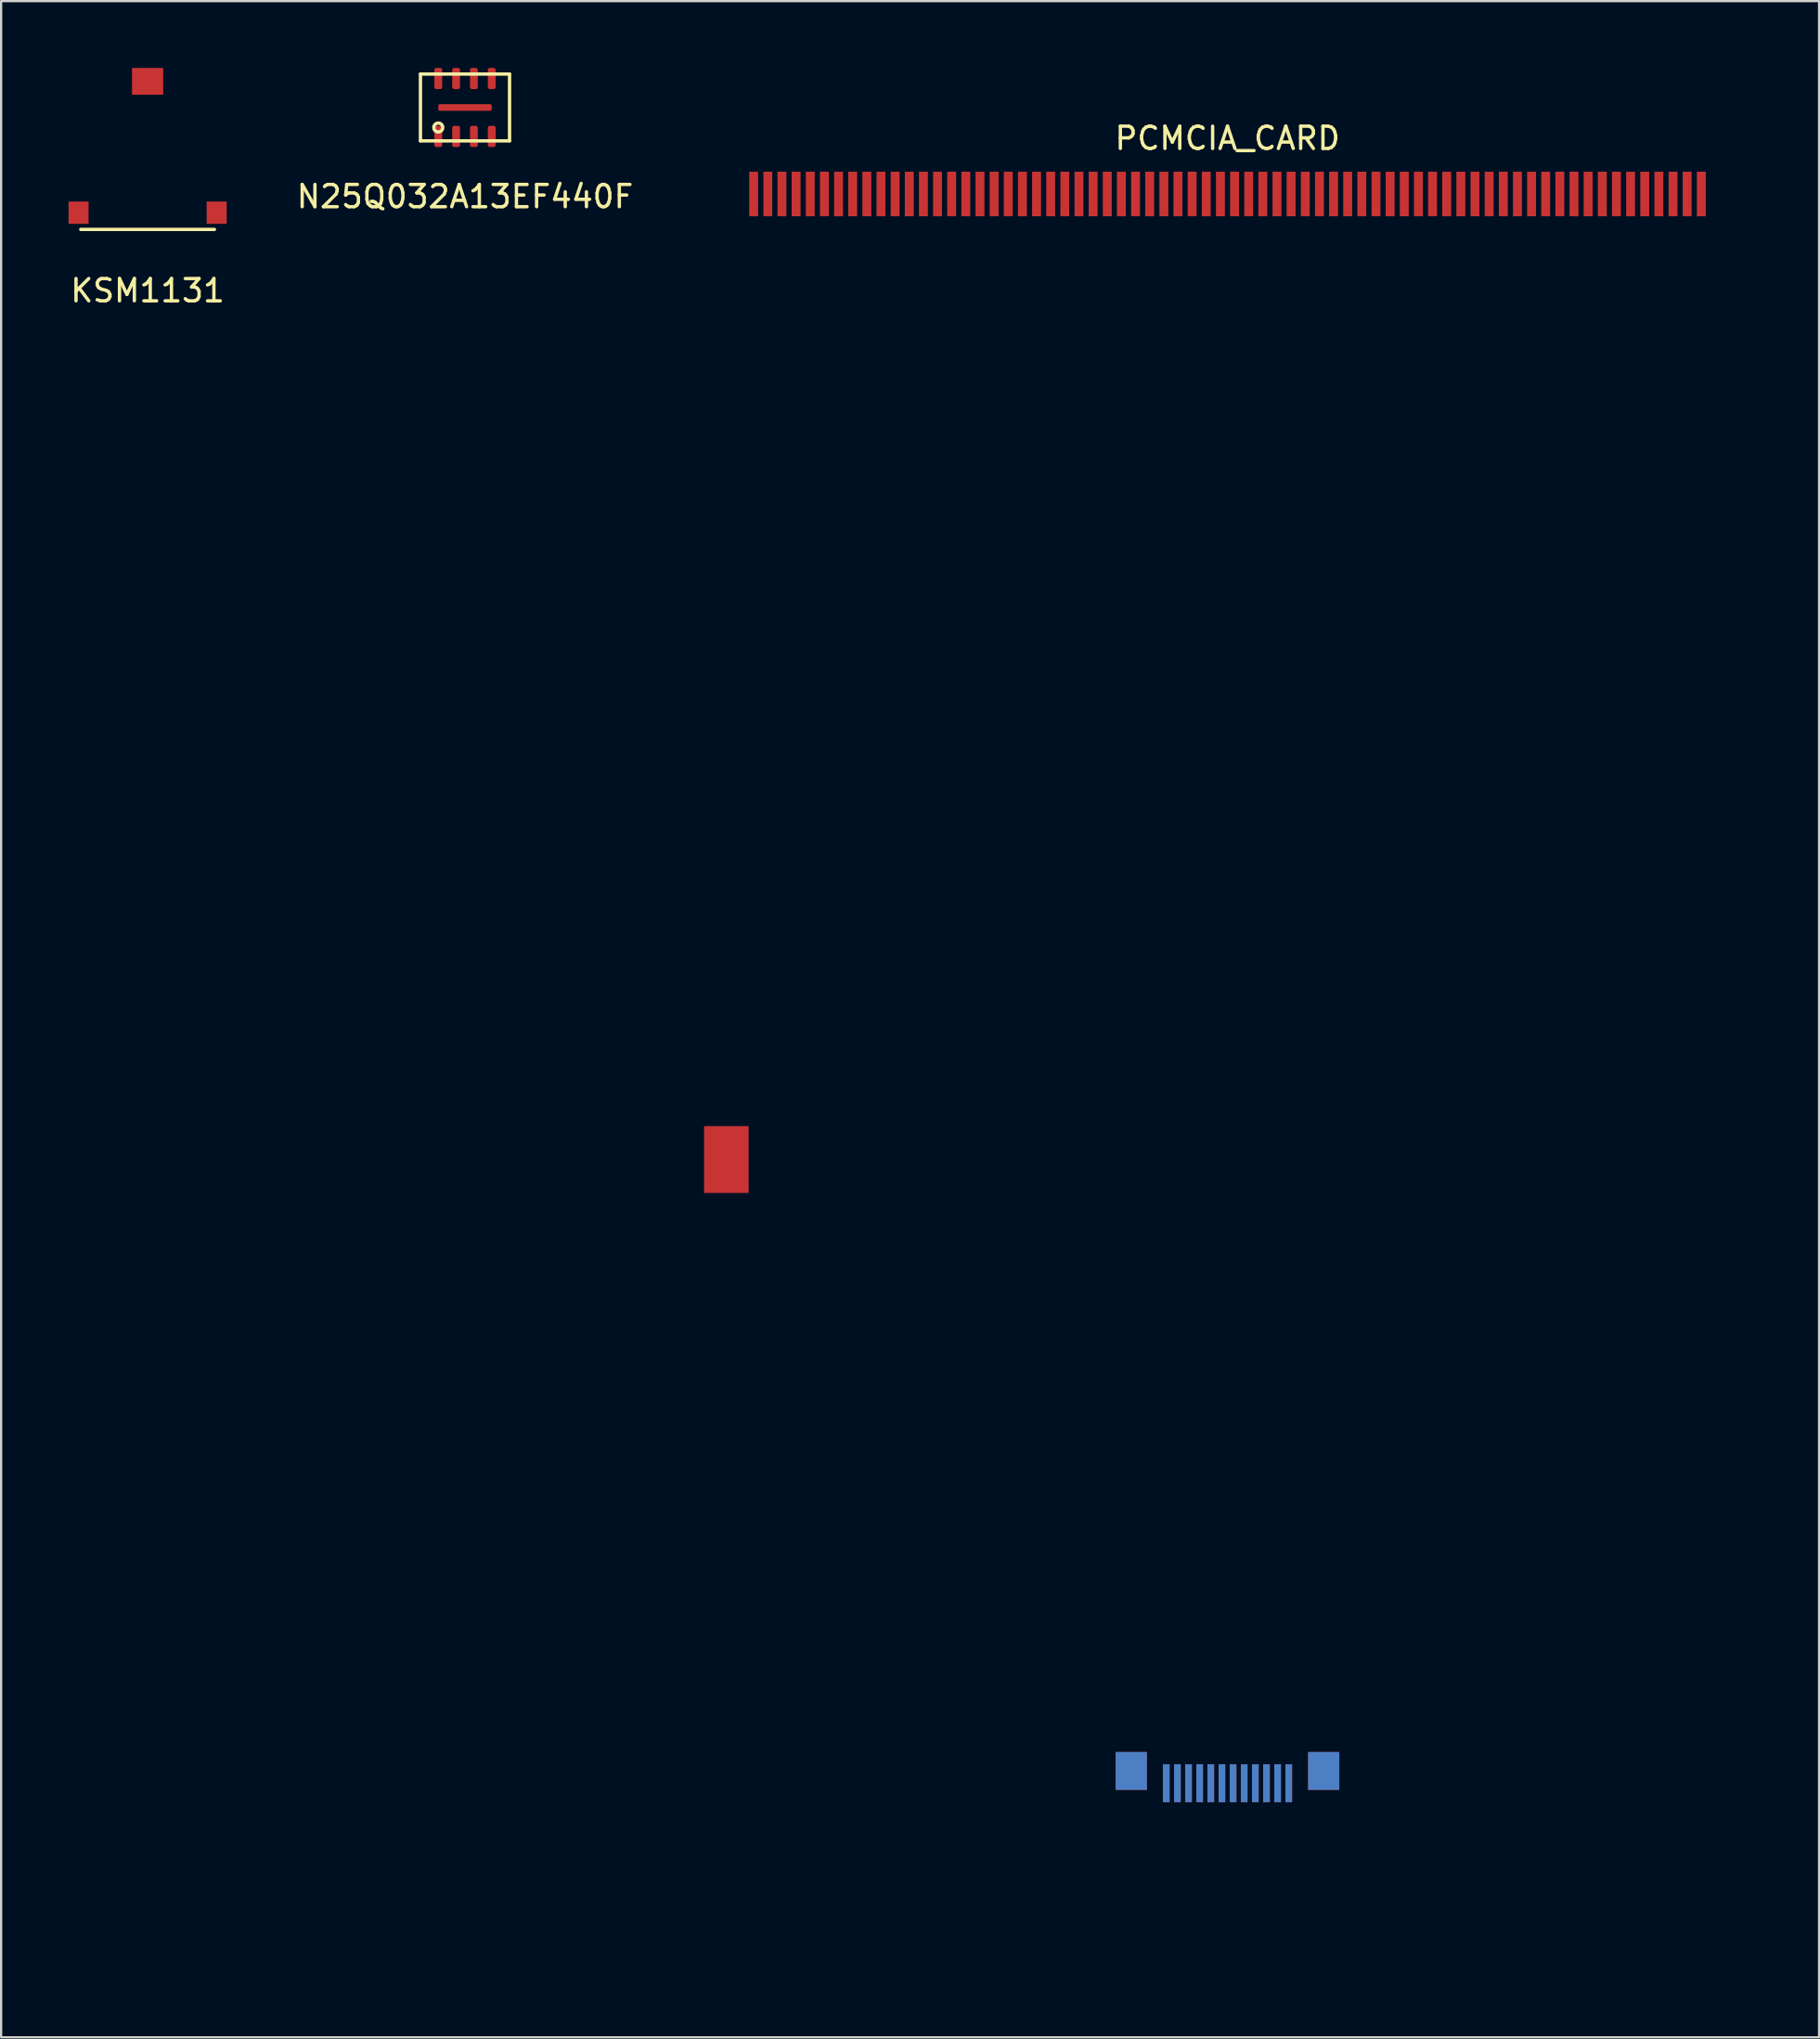
<source format=kicad_pcb>
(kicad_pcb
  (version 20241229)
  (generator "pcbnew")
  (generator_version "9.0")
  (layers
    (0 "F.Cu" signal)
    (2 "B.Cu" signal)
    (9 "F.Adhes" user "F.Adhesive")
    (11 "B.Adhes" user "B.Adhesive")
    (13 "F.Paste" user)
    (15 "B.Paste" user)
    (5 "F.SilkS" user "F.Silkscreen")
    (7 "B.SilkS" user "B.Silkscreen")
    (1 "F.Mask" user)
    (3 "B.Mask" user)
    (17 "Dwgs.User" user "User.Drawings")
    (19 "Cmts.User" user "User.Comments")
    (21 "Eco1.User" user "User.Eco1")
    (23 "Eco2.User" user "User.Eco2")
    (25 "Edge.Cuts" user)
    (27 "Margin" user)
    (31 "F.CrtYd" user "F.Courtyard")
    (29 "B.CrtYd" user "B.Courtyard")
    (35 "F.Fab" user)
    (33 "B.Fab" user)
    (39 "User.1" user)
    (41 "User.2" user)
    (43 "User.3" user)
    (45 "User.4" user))
  (footprint "KSM1131"
    (layer "F.Cu")
    (at 3.577 9.5)
    (property "Reference" "KSM1131" (at 0 0.5 0) (layer "F.SilkS") (effects (font (size 1 1) (thickness 0.15))))
    (attr through_hole)
    (fp_line (start 3 -2.25) (end -3 -2.25) (stroke (width 0.15) (type solid)) (layer "F.SilkS"))
    (pad "1" smd rect (at 3.1 -3) (size 0.9 1) (layers "F.Cu" "F.Mask" "F.Paste"))
    (pad "2" smd rect (at -3.1 -3) (size 0.9 1) (layers "F.Cu" "F.Mask" "F.Paste"))
    (pad "3" smd rect (at 0 -8.9) (size 1.4 1.2) (layers "F.Cu" "F.Mask" "F.Paste")))
  (footprint "N25Q032A13EF440F"
    (layer "F.Cu")
    (at 17.827 5.275)
    (property "Reference" "N25Q032A13EF440F" (at 0 0.5 0) (layer "F.SilkS") (effects (font (size 1 1) (thickness 0.15))))
    (attr through_hole)
    (fp_line (start -2 -5) (end 2 -5) (stroke (width 0.15) (type solid)) (layer "F.SilkS"))
    (fp_line (start -2 -2) (end -2 -5) (stroke (width 0.15) (type solid)) (layer "F.SilkS"))
    (fp_line (start 2 -5) (end 2 -2) (stroke (width 0.15) (type solid)) (layer "F.SilkS"))
    (fp_line (start 2 -2) (end -2 -2) (stroke (width 0.15) (type solid)) (layer "F.SilkS"))
    (fp_circle (center -1.2 -2.6) (end -1.4 -2.6) (stroke (width 0.15) (type solid)) (fill no) (layer "F.SilkS"))
    (pad "1" smd roundrect (at -1.2 -2.2) (size 0.35 0.95) (layers "F.Cu" "F.Mask" "F.Paste") (roundrect_rratio 0.25))
    (pad "2" smd roundrect (at -0.4 -2.2) (size 0.35 0.95) (layers "F.Cu" "F.Mask" "F.Paste") (roundrect_rratio 0.25))
    (pad "3" smd roundrect (at 0.4 -2.2) (size 0.35 0.95) (layers "F.Cu" "F.Mask" "F.Paste") (roundrect_rratio 0.25))
    (pad "4" smd roundrect (at 1.2 -2.2) (size 0.35 0.95) (layers "F.Cu" "F.Mask" "F.Paste") (roundrect_rratio 0.25))
    (pad "5" smd roundrect (at 1.2 -4.8) (size 0.35 0.95) (layers "F.Cu" "F.Mask" "F.Paste") (roundrect_rratio 0.25))
    (pad "6" smd roundrect (at 0.4 -4.8) (size 0.35 0.95) (layers "F.Cu" "F.Mask" "F.Paste") (roundrect_rratio 0.25))
    (pad "7" smd roundrect (at -0.4 -4.8) (size 0.35 0.95) (layers "F.Cu" "F.Mask" "F.Paste") (roundrect_rratio 0.25))
    (pad "8" smd roundrect (at -1.2 -4.8) (size 0.35 0.95) (layers "F.Cu" "F.Mask" "F.Paste") (roundrect_rratio 0.25))
    (pad "9" smd roundrect (at 0 -3.5) (size 2.4 0.3) (layers "F.Cu" "F.Mask" "F.Paste") (roundrect_rratio 0.25)))
  (footprint "PCMCIA_CARD"
    (layer "F.Cu")
    (at 52.06 4.66)
    (property "Reference" "PCMCIA_CARD" (at 0 -1.5 0) (layer "F.SilkS") (effects (font (size 1 1) (thickness 0.15))))
    (attr through_hole)
    (fp_line (start -22 9.4) (end -22 64) (stroke (width 0.12) (type solid)) (layer "Eco1.User"))
    (fp_line (start -18 5.4) (end 18 5.4) (stroke (width 0.12) (type solid)) (layer "Eco1.User"))
    (fp_line (start -18 68) (end 18 68) (stroke (width 0.12) (type solid)) (layer "Eco1.User"))
    (fp_line (start 22 64) (end 22 9.4) (stroke (width 0.12) (type solid)) (layer "Eco1.User"))
    (fp_arc (start -22 9.4) (mid -20.828427 6.571573) (end -18 5.4) (stroke (width 0.12) (type solid)) (layer "Eco1.User"))
    (fp_arc (start -18 68) (mid -20.828427 66.828427) (end -22 64) (stroke (width 0.12) (type solid)) (layer "Eco1.User"))
    (fp_arc (start 18 5.4) (mid 20.828427 6.571573) (end 22 9.4) (stroke (width 0.12) (type solid)) (layer "Eco1.User"))
    (fp_arc (start 22 64) (mid 20.828427 66.828427) (end 18 68) (stroke (width 0.12) (type solid)) (layer "Eco1.User"))
    (fp_line (start -23.5 -4.6) (end -23.5 0) (stroke (width 0.12) (type solid)) (layer "Eco2.User"))
    (fp_line (start -23.5 0) (end -23.5 77.1) (stroke (width 0.12) (type solid)) (layer "Eco2.User"))
    (fp_line (start -23.5 77.1) (end -17.6 77.1) (stroke (width 0.12) (type solid)) (layer "Eco2.User"))
    (fp_line (start -22.5 -4.6) (end -23.5 -4.6) (stroke (width 0.12) (type solid)) (layer "Eco2.User"))
    (fp_line (start -22.5 0) (end -22.5 -4.6) (stroke (width 0.12) (type solid)) (layer "Eco2.User"))
    (fp_line (start -22.5 0) (end 22.5 0) (stroke (width 0.12) (type solid)) (layer "Eco2.User"))
    (fp_line (start -17.6 72.7) (end -15 72.7) (stroke (width 0.12) (type solid)) (layer "Eco2.User"))
    (fp_line (start -17.6 77.1) (end -17.6 72.7) (stroke (width 0.12) (type solid)) (layer "Eco2.User"))
    (fp_line (start -15 72.7) (end -15 80.7) (stroke (width 0.12) (type solid)) (layer "Eco2.User"))
    (fp_line (start -5 72.7) (end -5 75.2) (stroke (width 0.12) (type solid)) (layer "Eco2.User"))
    (fp_line (start -5 75.2) (end -5 80.7) (stroke (width 0.12) (type solid)) (layer "Eco2.User"))
    (fp_line (start -5 80.7) (end -15 80.7) (stroke (width 0.12) (type solid)) (layer "Eco2.User"))
    (fp_line (start -4.5 72.7) (end -5 72.7) (stroke (width 0.12) (type solid)) (layer "Eco2.User"))
    (fp_line (start -3.35 72.7) (end -4.5 72.7) (stroke (width 0.12) (type solid)) (layer "Eco2.User"))
    (fp_line (start -3.35 73.5) (end -3.35 72.7) (stroke (width 0.12) (type solid)) (layer "Eco2.User"))
    (fp_line (start 0 73.5) (end -3.35 73.5) (stroke (width 0.12) (type solid)) (layer "Eco2.User"))
    (fp_line (start 0 73.5) (end 3.35 73.5) (stroke (width 0.12) (type solid)) (layer "Eco2.User"))
    (fp_line (start 3.35 72.7) (end 4.65 72.7) (stroke (width 0.12) (type solid)) (layer "Eco2.User"))
    (fp_line (start 3.35 73.5) (end 3.35 72.7) (stroke (width 0.12) (type solid)) (layer "Eco2.User"))
    (fp_line (start 4.65 72.7) (end 5 72.7) (stroke (width 0.12) (type solid)) (layer "Eco2.User"))
    (fp_line (start 5 72.7) (end 5 76.2) (stroke (width 0.12) (type solid)) (layer "Eco2.User"))
    (fp_line (start 5 76.2) (end 5 80.7) (stroke (width 0.12) (type solid)) (layer "Eco2.User"))
    (fp_line (start 5 80.7) (end 15 80.7) (stroke (width 0.12) (type solid)) (layer "Eco2.User"))
    (fp_line (start 15 80.7) (end 15 72.7) (stroke (width 0.12) (type solid)) (layer "Eco2.User"))
    (fp_line (start 17.6 72.7) (end 15 72.7) (stroke (width 0.12) (type solid)) (layer "Eco2.User"))
    (fp_line (start 17.6 77.1) (end 17.6 72.7) (stroke (width 0.12) (type solid)) (layer "Eco2.User"))
    (fp_line (start 22.5 -4.6) (end 23.5 -4.6) (stroke (width 0.12) (type solid)) (layer "Eco2.User"))
    (fp_line (start 22.5 0) (end 22.5 -4.6) (stroke (width 0.12) (type solid)) (layer "Eco2.User"))
    (fp_line (start 23.5 -4.6) (end 23.5 0) (stroke (width 0.12) (type solid)) (layer "Eco2.User"))
    (fp_line (start 23.5 0) (end 23.5 77.1) (stroke (width 0.12) (type solid)) (layer "Eco2.User"))
    (fp_line (start 23.5 77.1) (end 17.6 77.1) (stroke (width 0.12) (type solid)) (layer "Eco2.User"))
    (pad "1" connect rect (at -21.273 1) (size 0.4 2) (layers "F.Cu" "F.Mask"))
    (pad "2" connect rect (at -20.003 1) (size 0.4 2) (layers "F.Cu" "F.Mask"))
    (pad "3" connect rect (at -18.733 1) (size 0.4 2) (layers "F.Cu" "F.Mask"))
    (pad "4" connect rect (at -17.462 1) (size 0.4 2) (layers "F.Cu" "F.Mask"))
    (pad "5" connect rect (at -16.192 1) (size 0.4 2) (layers "F.Cu" "F.Mask"))
    (pad "6" connect rect (at -14.922 1) (size 0.4 2) (layers "F.Cu" "F.Mask"))
    (pad "7" connect rect (at -13.652 1) (size 0.4 2) (layers "F.Cu" "F.Mask"))
    (pad "8" connect rect (at -12.383 1) (size 0.4 2) (layers "F.Cu" "F.Mask"))
    (pad "9" connect rect (at -11.113 1) (size 0.4 2) (layers "F.Cu" "F.Mask"))
    (pad "10" connect rect (at -9.842 1) (size 0.4 2) (layers "F.Cu" "F.Mask"))
    (pad "11" connect rect (at -8.572 1) (size 0.4 2) (layers "F.Cu" "F.Mask"))
    (pad "12" connect rect (at -7.303 1) (size 0.4 2) (layers "F.Cu" "F.Mask"))
    (pad "13" connect rect (at -6.032 1) (size 0.4 2) (layers "F.Cu" "F.Mask"))
    (pad "14" connect rect (at -4.763 1) (size 0.4 2) (layers "F.Cu" "F.Mask"))
    (pad "15" connect rect (at -3.493 1) (size 0.4 2) (layers "F.Cu" "F.Mask"))
    (pad "16" connect rect (at -2.223 1) (size 0.4 2) (layers "F.Cu" "F.Mask"))
    (pad "17" connect rect (at -0.953 1) (size 0.4 2) (layers "F.Cu" "F.Mask"))
    (pad "18" connect rect (at 0.318 1) (size 0.4 2) (layers "F.Cu" "F.Mask"))
    (pad "19" connect rect (at 1.587 1) (size 0.4 2) (layers "F.Cu" "F.Mask"))
    (pad "20" connect rect (at 2.857 1) (size 0.4 2) (layers "F.Cu" "F.Mask"))
    (pad "21" connect rect (at 4.128 1) (size 0.4 2) (layers "F.Cu" "F.Mask"))
    (pad "22" connect rect (at 5.397 1) (size 0.4 2) (layers "F.Cu" "F.Mask"))
    (pad "23" connect rect (at 6.668 1) (size 0.4 2) (layers "F.Cu" "F.Mask"))
    (pad "24" connect rect (at 7.938 1) (size 0.4 2) (layers "F.Cu" "F.Mask"))
    (pad "25" connect rect (at 9.207 1) (size 0.4 2) (layers "F.Cu" "F.Mask"))
    (pad "26" connect rect (at 10.477 1) (size 0.4 2) (layers "F.Cu" "F.Mask"))
    (pad "27" connect rect (at 11.748 1) (size 0.4 2) (layers "F.Cu" "F.Mask"))
    (pad "28" connect rect (at 13.018 1) (size 0.4 2) (layers "F.Cu" "F.Mask"))
    (pad "29" connect rect (at 14.287 1) (size 0.4 2) (layers "F.Cu" "F.Mask"))
    (pad "30" connect rect (at 15.557 1) (size 0.4 2) (layers "F.Cu" "F.Mask"))
    (pad "31" connect rect (at 16.828 1) (size 0.4 2) (layers "F.Cu" "F.Mask"))
    (pad "32" connect rect (at 18.098 1) (size 0.4 2) (layers "F.Cu" "F.Mask"))
    (pad "33" connect rect (at 19.367 1) (size 0.4 2) (layers "F.Cu" "F.Mask"))
    (pad "34" connect rect (at 20.637 1) (size 0.4 2) (layers "F.Cu" "F.Mask"))
    (pad "35" connect rect (at -20.637 1) (size 0.4 2) (layers "F.Cu" "F.Mask"))
    (pad "36" connect rect (at -19.367 1) (size 0.4 2) (layers "F.Cu" "F.Mask"))
    (pad "37" connect rect (at -18.098 1) (size 0.4 2) (layers "F.Cu" "F.Mask"))
    (pad "38" connect rect (at -16.828 1) (size 0.4 2) (layers "F.Cu" "F.Mask"))
    (pad "39" connect rect (at -15.557 1) (size 0.4 2) (layers "F.Cu" "F.Mask"))
    (pad "40" connect rect (at -14.287 1) (size 0.4 2) (layers "F.Cu" "F.Mask"))
    (pad "41" connect rect (at -13.018 1) (size 0.4 2) (layers "F.Cu" "F.Mask"))
    (pad "42" connect rect (at -11.748 1) (size 0.4 2) (layers "F.Cu" "F.Mask"))
    (pad "43" connect rect (at -10.477 1) (size 0.4 2) (layers "F.Cu" "F.Mask"))
    (pad "44" connect rect (at -9.207 1) (size 0.4 2) (layers "F.Cu" "F.Mask"))
    (pad "45" connect rect (at -7.938 1) (size 0.4 2) (layers "F.Cu" "F.Mask"))
    (pad "46" connect rect (at -6.668 1) (size 0.4 2) (layers "F.Cu" "F.Mask"))
    (pad "47" connect rect (at -5.397 1) (size 0.4 2) (layers "F.Cu" "F.Mask"))
    (pad "48" connect rect (at -4.128 1) (size 0.4 2) (layers "F.Cu" "F.Mask"))
    (pad "49" connect rect (at -2.857 1) (size 0.4 2) (layers "F.Cu" "F.Mask"))
    (pad "50" connect rect (at -1.587 1) (size 0.4 2) (layers "F.Cu" "F.Mask"))
    (pad "51" connect rect (at -0.318 1) (size 0.4 2) (layers "F.Cu" "F.Mask"))
    (pad "52" connect rect (at 0.953 1) (size 0.4 2) (layers "F.Cu" "F.Mask"))
    (pad "53" connect rect (at 2.223 1) (size 0.4 2) (layers "F.Cu" "F.Mask"))
    (pad "54" connect rect (at 3.493 1) (size 0.4 2) (layers "F.Cu" "F.Mask"))
    (pad "55" connect rect (at 4.763 1) (size 0.4 2) (layers "F.Cu" "F.Mask"))
    (pad "56" connect rect (at 6.032 1) (size 0.4 2) (layers "F.Cu" "F.Mask"))
    (pad "57" connect rect (at 7.303 1) (size 0.4 2) (layers "F.Cu" "F.Mask"))
    (pad "58" connect rect (at 8.572 1) (size 0.4 2) (layers "F.Cu" "F.Mask"))
    (pad "59" connect rect (at 9.842 1) (size 0.4 2) (layers "F.Cu" "F.Mask"))
    (pad "60" connect rect (at 11.113 1) (size 0.4 2) (layers "F.Cu" "F.Mask"))
    (pad "61" connect rect (at 12.383 1) (size 0.4 2) (layers "F.Cu" "F.Mask"))
    (pad "62" connect rect (at 13.652 1) (size 0.4 2) (layers "F.Cu" "F.Mask"))
    (pad "63" connect rect (at 14.922 1) (size 0.4 2) (layers "F.Cu" "F.Mask"))
    (pad "64" connect rect (at 16.192 1) (size 0.4 2) (layers "F.Cu" "F.Mask"))
    (pad "65" connect rect (at 17.462 1) (size 0.4 2) (layers "F.Cu" "F.Mask"))
    (pad "66" connect rect (at 18.733 1) (size 0.4 2) (layers "F.Cu" "F.Mask"))
    (pad "67" connect rect (at 20.003 1) (size 0.4 2) (layers "F.Cu" "F.Mask"))
    (pad "68" connect rect (at 21.273 1) (size 0.4 2) (layers "F.Cu" "F.Mask"))
    (pad "A1" smd rect (at -2.75 72.35 180) (size 0.3 1.7) (layers "F.Cu" "F.Mask" "F.Paste"))
    (pad "A2" smd rect (at -2.25 72.35 180) (size 0.3 1.7) (layers "F.Cu" "F.Mask" "F.Paste"))
    (pad "A3" smd rect (at -1.75 72.35 180) (size 0.3 1.7) (layers "F.Cu" "F.Mask" "F.Paste"))
    (pad "A4" smd rect (at -1.25 72.35 180) (size 0.3 1.7) (layers "F.Cu" "F.Mask" "F.Paste"))
    (pad "A5" smd rect (at -0.75 72.35 180) (size 0.3 1.7) (layers "F.Cu" "F.Mask" "F.Paste"))
    (pad "A6" smd rect (at -0.25 72.35 180) (size 0.3 1.7) (layers "F.Cu" "F.Mask" "F.Paste"))
    (pad "A7" smd rect (at 0.25 72.35 180) (size 0.3 1.7) (layers "F.Cu" "F.Mask" "F.Paste"))
    (pad "A8" smd rect (at 0.75 72.35 180) (size 0.3 1.7) (layers "F.Cu" "F.Mask" "F.Paste"))
    (pad "A9" smd rect (at 1.25 72.35 180) (size 0.3 1.7) (layers "F.Cu" "F.Mask" "F.Paste"))
    (pad "A10" smd rect (at 1.75 72.35 180) (size 0.3 1.7) (layers "F.Cu" "F.Mask" "F.Paste"))
    (pad "A11" smd rect (at 2.25 72.35 180) (size 0.3 1.7) (layers "F.Cu" "F.Mask" "F.Paste"))
    (pad "A12" smd rect (at 2.75 72.35 180) (size 0.3 1.7) (layers "F.Cu" "F.Mask" "F.Paste"))
    (pad "B1" smd rect (at 2.75 72.35 180) (size 0.3 1.7) (layers "B.Cu" "B.Mask" "B.Paste"))
    (pad "B2" smd rect (at 2.25 72.35 180) (size 0.3 1.7) (layers "B.Cu" "B.Mask" "B.Paste"))
    (pad "B3" smd rect (at 1.75 72.35 180) (size 0.3 1.7) (layers "B.Cu" "B.Mask" "B.Paste"))
    (pad "B4" smd rect (at 1.25 72.35 180) (size 0.3 1.7) (layers "B.Cu" "B.Mask" "B.Paste"))
    (pad "B5" smd rect (at 0.75 72.35 180) (size 0.3 1.7) (layers "B.Cu" "B.Mask" "B.Paste"))
    (pad "B6" smd rect (at 0.25 72.35 180) (size 0.3 1.7) (layers "B.Cu" "B.Mask" "B.Paste"))
    (pad "B7" smd rect (at -0.25 72.35 180) (size 0.3 1.7) (layers "B.Cu" "B.Mask" "B.Paste"))
    (pad "B8" smd rect (at -0.75 72.35 180) (size 0.3 1.7) (layers "B.Cu" "B.Mask" "B.Paste"))
    (pad "B9" smd rect (at -1.25 72.35 180) (size 0.3 1.7) (layers "B.Cu" "B.Mask" "B.Paste"))
    (pad "B10" smd rect (at -1.75 72.35 180) (size 0.3 1.7) (layers "B.Cu" "B.Mask" "B.Paste"))
    (pad "B11" smd rect (at -2.25 72.35 180) (size 0.3 1.7) (layers "B.Cu" "B.Mask" "B.Paste"))
    (pad "B12" smd rect (at -2.75 72.35 180) (size 0.3 1.7) (layers "B.Cu" "B.Mask" "B.Paste"))
    (pad "GCLIP" connect rect (at -22.5 44.35) (size 2 3) (layers "F.Cu" "F.Mask"))
    (pad "SH" smd rect (at -4.32 71.8 180) (size 1.4 1.7) (layers "B.Cu" "B.Mask" "B.Paste"))
    (pad "SH2" smd rect (at -4.32 71.8 180) (size 1.4 1.7) (layers "F.Cu" "F.Mask" "F.Paste"))
    (pad "SH3" smd rect (at 4.32 71.8 180) (size 1.4 1.7) (layers "B.Cu" "B.Mask" "B.Paste"))
    (pad "SH4" smd rect (at 4.32 71.8 180) (size 1.4 1.7) (layers "F.Cu" "F.Mask" "F.Paste")))
  (gr_rect
    (start -3 -3)
    (end 78.62 88.42)
    (stroke (width 0.1) (type default))
    (fill no)
    (layer "Edge.Cuts")))
</source>
